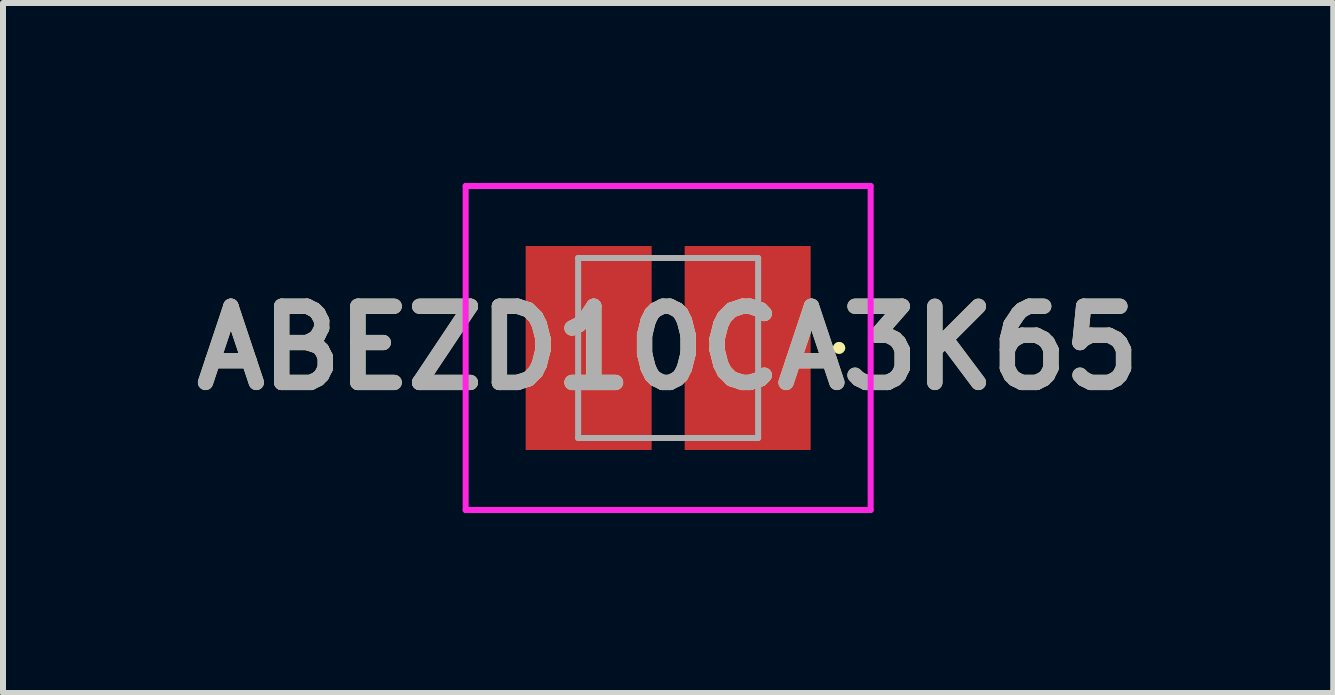
<source format=kicad_pcb>
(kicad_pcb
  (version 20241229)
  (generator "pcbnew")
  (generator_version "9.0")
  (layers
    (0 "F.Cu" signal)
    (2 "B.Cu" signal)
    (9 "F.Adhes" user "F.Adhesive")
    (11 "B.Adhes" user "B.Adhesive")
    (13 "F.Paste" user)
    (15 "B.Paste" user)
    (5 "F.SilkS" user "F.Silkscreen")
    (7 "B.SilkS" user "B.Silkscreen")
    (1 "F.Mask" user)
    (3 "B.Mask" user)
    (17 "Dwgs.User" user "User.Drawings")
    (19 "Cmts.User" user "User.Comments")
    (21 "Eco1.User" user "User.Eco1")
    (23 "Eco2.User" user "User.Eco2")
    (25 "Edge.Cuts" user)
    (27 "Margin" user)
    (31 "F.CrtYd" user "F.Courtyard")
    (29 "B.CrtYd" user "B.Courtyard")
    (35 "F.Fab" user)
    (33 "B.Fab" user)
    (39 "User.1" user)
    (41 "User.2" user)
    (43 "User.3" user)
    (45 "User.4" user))
  (footprint "ABEZD10CA3K65"
    (layer "F.Cu")
    (at 8.086 2.75)
    (property "Reference" "ABEZD10CA3K65" (at 0 0 0) (layer "F.SilkS") (effects (font (size 1.27 1.27) (thickness 0.254))))
    (attr smd)
    (fp_line (start 2.8 0) (end 2.8 0) (stroke (width 0.1) (type solid)) (layer "F.SilkS"))
    (fp_line (start 2.9 0) (end 2.9 0) (stroke (width 0.1) (type solid)) (layer "F.SilkS"))
    (fp_line (start 2.9 0) (end 2.9 0) (stroke (width 0.1) (type solid)) (layer "F.SilkS"))
    (fp_arc (start 2.8 0) (mid 2.85 -0.05) (end 2.9 0) (stroke (width 0.1) (type solid)) (layer "F.SilkS"))
    (fp_arc (start 2.8 0) (mid 2.85 -0.05) (end 2.9 0) (stroke (width 0.1) (type solid)) (layer "F.SilkS"))
    (fp_arc (start 2.9 0) (mid 2.85 0.05) (end 2.8 0) (stroke (width 0.1) (type solid)) (layer "F.SilkS"))
    (fp_line (start -3.375 -2.7) (end 3.375 -2.7) (stroke (width 0.1) (type solid)) (layer "F.CrtYd"))
    (fp_line (start -3.375 2.7) (end -3.375 -2.7) (stroke (width 0.1) (type solid)) (layer "F.CrtYd"))
    (fp_line (start 3.375 -2.7) (end 3.375 2.7) (stroke (width 0.1) (type solid)) (layer "F.CrtYd"))
    (fp_line (start 3.375 2.7) (end -3.375 2.7) (stroke (width 0.1) (type solid)) (layer "F.CrtYd"))
    (fp_line (start -1.5 -1.5) (end -1.5 1.5) (stroke (width 0.1) (type solid)) (layer "F.Fab"))
    (fp_line (start -1.5 1.5) (end 1.5 1.5) (stroke (width 0.1) (type solid)) (layer "F.Fab"))
    (fp_line (start 1.5 -1.5) (end -1.5 -1.5) (stroke (width 0.1) (type solid)) (layer "F.Fab"))
    (fp_line (start 1.5 1.5) (end 1.5 -1.5) (stroke (width 0.1) (type solid)) (layer "F.Fab"))
    (fp_text user "${REFERENCE}" (at 0 0 0) (layer "F.Fab") (effects (font (size 1.27 1.27) (thickness 0.254))))
    (pad "1" smd rect (at 1.325 0) (size 2.1 3.4) (layers "F.Cu" "F.Mask" "F.Paste"))
    (pad "2" smd rect (at -1.325 0) (size 2.1 3.4) (layers "F.Cu" "F.Mask" "F.Paste")))
  (gr_rect
    (start -3 -3)
    (end 19.171 8.5)
    (stroke (width 0.1) (type default))
    (fill no)
    (layer "Edge.Cuts")))
</source>
